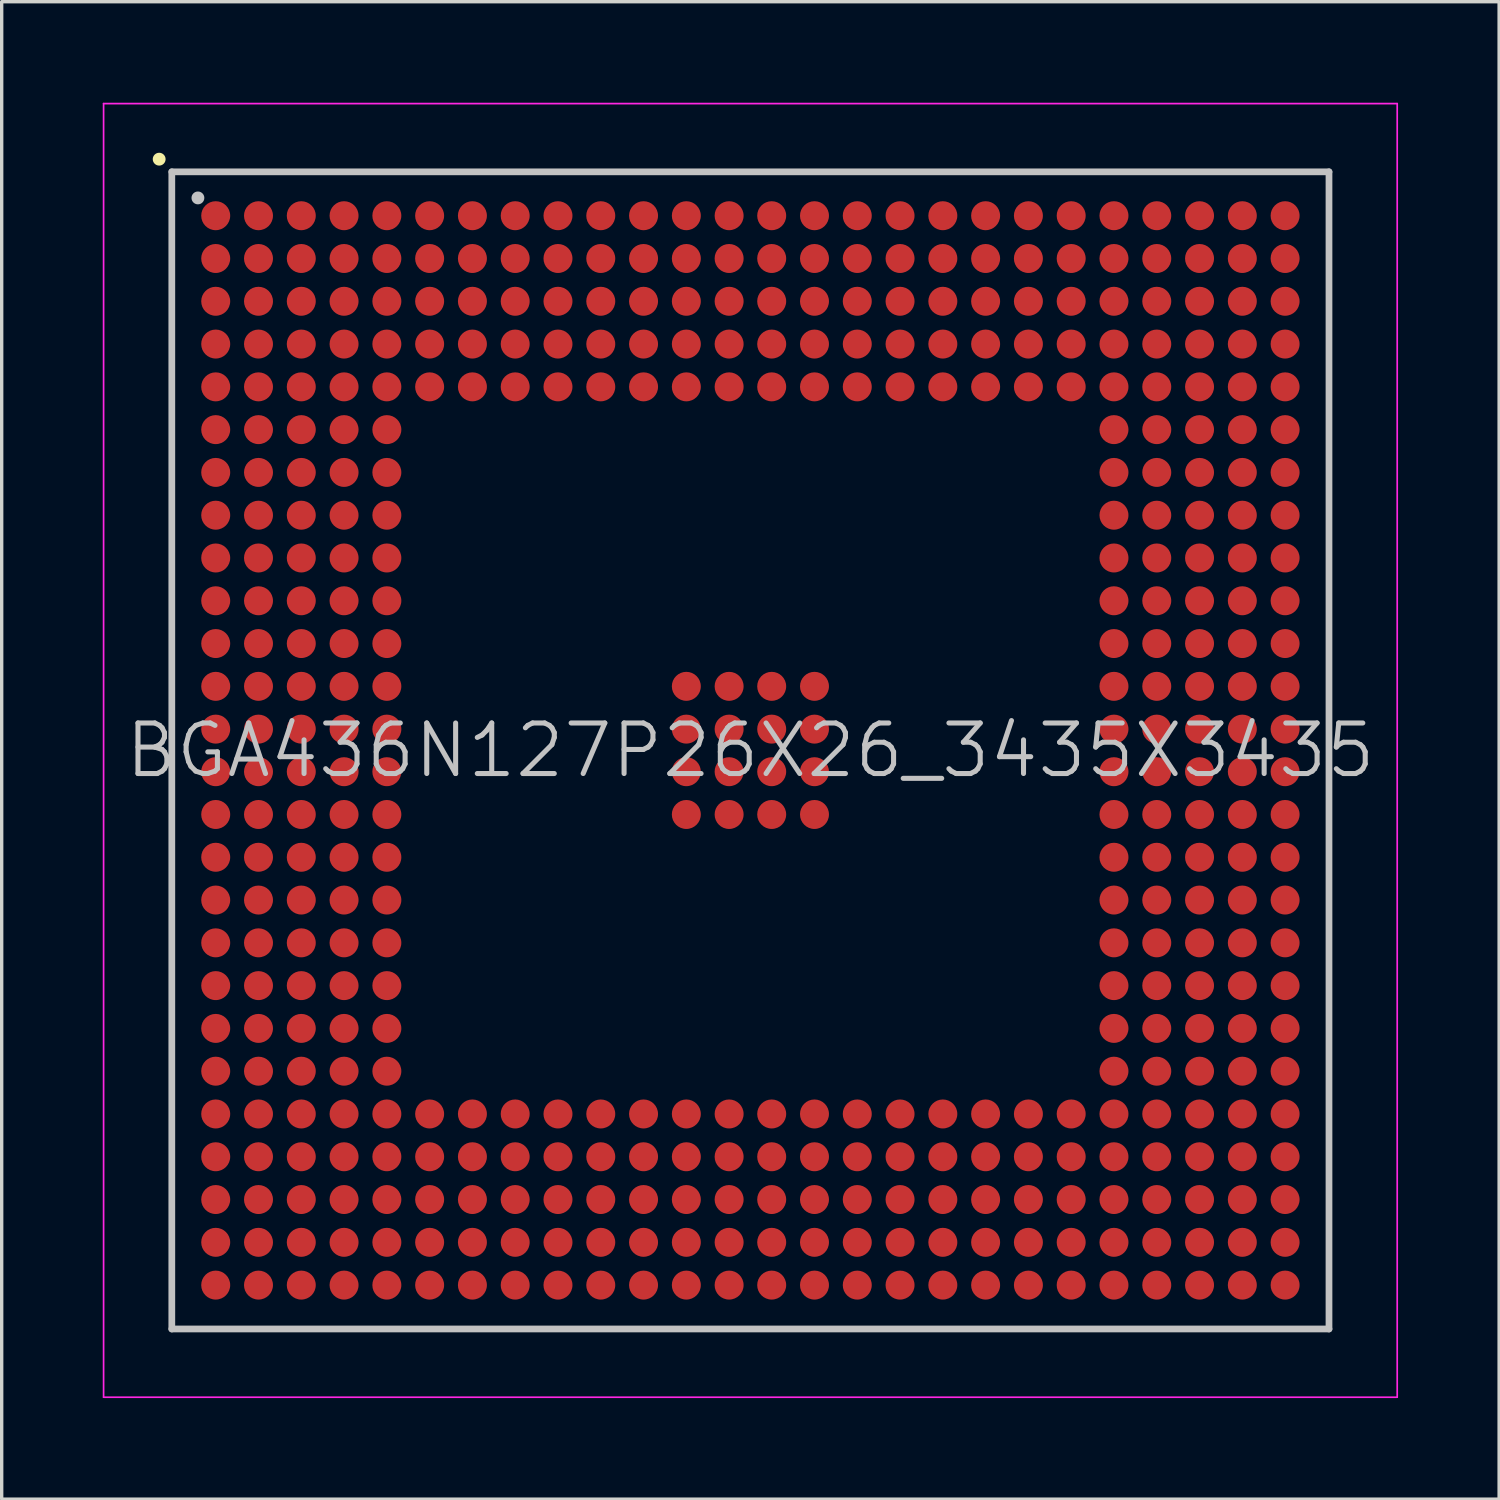
<source format=kicad_pcb>
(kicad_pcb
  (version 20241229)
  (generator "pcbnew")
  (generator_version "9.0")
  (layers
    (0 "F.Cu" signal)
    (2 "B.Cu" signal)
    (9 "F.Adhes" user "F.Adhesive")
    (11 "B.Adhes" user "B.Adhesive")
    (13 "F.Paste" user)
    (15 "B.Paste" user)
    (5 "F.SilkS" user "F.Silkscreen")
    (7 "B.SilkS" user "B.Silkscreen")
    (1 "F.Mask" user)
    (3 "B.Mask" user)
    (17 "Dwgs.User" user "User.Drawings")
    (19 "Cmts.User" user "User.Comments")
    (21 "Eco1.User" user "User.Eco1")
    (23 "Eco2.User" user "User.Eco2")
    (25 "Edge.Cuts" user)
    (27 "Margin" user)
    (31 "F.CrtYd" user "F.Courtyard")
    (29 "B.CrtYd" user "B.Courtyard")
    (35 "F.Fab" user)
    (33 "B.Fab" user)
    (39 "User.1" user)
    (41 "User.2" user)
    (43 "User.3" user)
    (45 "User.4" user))
  (footprint "BGA436N127P26X26_3435X3435"
    (layer "F.Cu")
    (at 19.225 19.225)
    (property "Reference" "BGA436N127P26X26_3435X3435" (at 0 0 0) (layer "Dwgs.User") (effects (font (size 1.5 1.5) (thickness 0.15))))
    (attr smd)
    (fp_line (start -17.55 -17.55) (end -17.55 -17.55) (stroke (width 0.381) (type solid)) (layer "F.SilkS"))
    (fp_line (start -17.175 -17.175) (end -17.175 17.175) (stroke (width 0.2) (type solid)) (layer "Dwgs.User"))
    (fp_line (start -17.175 -17.175) (end 17.175 -17.175) (stroke (width 0.2) (type solid)) (layer "Dwgs.User"))
    (fp_line (start -17.175 17.175) (end 17.175 17.175) (stroke (width 0.2) (type solid)) (layer "Dwgs.User"))
    (fp_line (start -16.4 -16.4) (end -16.4 -16.4) (stroke (width 0.381) (type solid)) (layer "Dwgs.User"))
    (fp_line (start 17.175 -17.175) (end 17.175 17.175) (stroke (width 0.2) (type solid)) (layer "Dwgs.User"))
    (fp_line (start -19.2 -19.2) (end -19.2 19.2) (stroke (width 0.05) (type solid)) (layer "F.CrtYd"))
    (fp_line (start -19.2 -19.2) (end 19.2 -19.2) (stroke (width 0.05) (type solid)) (layer "F.CrtYd"))
    (fp_line (start -19.2 19.2) (end 19.2 19.2) (stroke (width 0.05) (type solid)) (layer "F.CrtYd"))
    (fp_line (start 19.2 -19.2) (end 19.2 19.2) (stroke (width 0.05) (type solid)) (layer "F.CrtYd"))
    (pad "A1" smd circle (at -15.872 -15.872 270) (size 0.86 0.86) (layers "F.Cu" "F.Mask" "F.Paste"))
    (pad "A2" smd circle (at -14.602 -15.872 270) (size 0.86 0.86) (layers "F.Cu" "F.Mask" "F.Paste"))
    (pad "A3" smd circle (at -13.332 -15.872 270) (size 0.86 0.86) (layers "F.Cu" "F.Mask" "F.Paste"))
    (pad "A4" smd circle (at -12.062 -15.872 270) (size 0.86 0.86) (layers "F.Cu" "F.Mask" "F.Paste"))
    (pad "A5" smd circle (at -10.792 -15.872 270) (size 0.86 0.86) (layers "F.Cu" "F.Mask" "F.Paste"))
    (pad "A6" smd circle (at -9.522 -15.872 270) (size 0.86 0.86) (layers "F.Cu" "F.Mask" "F.Paste"))
    (pad "A7" smd circle (at -8.252 -15.872 270) (size 0.86 0.86) (layers "F.Cu" "F.Mask" "F.Paste"))
    (pad "A8" smd circle (at -6.982 -15.872 270) (size 0.86 0.86) (layers "F.Cu" "F.Mask" "F.Paste"))
    (pad "A9" smd circle (at -5.712 -15.872 270) (size 0.86 0.86) (layers "F.Cu" "F.Mask" "F.Paste"))
    (pad "A10" smd circle (at -4.442 -15.872 270) (size 0.86 0.86) (layers "F.Cu" "F.Mask" "F.Paste"))
    (pad "A11" smd circle (at -3.172 -15.872 270) (size 0.86 0.86) (layers "F.Cu" "F.Mask" "F.Paste"))
    (pad "A12" smd circle (at -1.902 -15.872 270) (size 0.86 0.86) (layers "F.Cu" "F.Mask" "F.Paste"))
    (pad "A13" smd circle (at -0.632 -15.872 270) (size 0.86 0.86) (layers "F.Cu" "F.Mask" "F.Paste"))
    (pad "A14" smd circle (at 0.632 -15.872 270) (size 0.86 0.86) (layers "F.Cu" "F.Mask" "F.Paste"))
    (pad "A15" smd circle (at 1.902 -15.872 270) (size 0.86 0.86) (layers "F.Cu" "F.Mask" "F.Paste"))
    (pad "A16" smd circle (at 3.172 -15.872 270) (size 0.86 0.86) (layers "F.Cu" "F.Mask" "F.Paste"))
    (pad "A17" smd circle (at 4.442 -15.872 270) (size 0.86 0.86) (layers "F.Cu" "F.Mask" "F.Paste"))
    (pad "A18" smd circle (at 5.712 -15.872 270) (size 0.86 0.86) (layers "F.Cu" "F.Mask" "F.Paste"))
    (pad "A19" smd circle (at 6.982 -15.872 270) (size 0.86 0.86) (layers "F.Cu" "F.Mask" "F.Paste"))
    (pad "A20" smd circle (at 8.252 -15.872 270) (size 0.86 0.86) (layers "F.Cu" "F.Mask" "F.Paste"))
    (pad "A21" smd circle (at 9.522 -15.872 270) (size 0.86 0.86) (layers "F.Cu" "F.Mask" "F.Paste"))
    (pad "A22" smd circle (at 10.792 -15.872 270) (size 0.86 0.86) (layers "F.Cu" "F.Mask" "F.Paste"))
    (pad "A23" smd circle (at 12.062 -15.872 270) (size 0.86 0.86) (layers "F.Cu" "F.Mask" "F.Paste"))
    (pad "A24" smd circle (at 13.332 -15.872 270) (size 0.86 0.86) (layers "F.Cu" "F.Mask" "F.Paste"))
    (pad "A25" smd circle (at 14.602 -15.872 270) (size 0.86 0.86) (layers "F.Cu" "F.Mask" "F.Paste"))
    (pad "A26" smd circle (at 15.872 -15.872 270) (size 0.86 0.86) (layers "F.Cu" "F.Mask" "F.Paste"))
    (pad "AA1" smd circle (at -15.872 9.522 270) (size 0.86 0.86) (layers "F.Cu" "F.Mask" "F.Paste"))
    (pad "AA2" smd circle (at -14.602 9.522 270) (size 0.86 0.86) (layers "F.Cu" "F.Mask" "F.Paste"))
    (pad "AA3" smd circle (at -13.332 9.522 270) (size 0.86 0.86) (layers "F.Cu" "F.Mask" "F.Paste"))
    (pad "AA4" smd circle (at -12.062 9.522 270) (size 0.86 0.86) (layers "F.Cu" "F.Mask" "F.Paste"))
    (pad "AA5" smd circle (at -10.792 9.522 270) (size 0.86 0.86) (layers "F.Cu" "F.Mask" "F.Paste"))
    (pad "AA22" smd circle (at 10.792 9.522 270) (size 0.86 0.86) (layers "F.Cu" "F.Mask" "F.Paste"))
    (pad "AA23" smd circle (at 12.062 9.522 270) (size 0.86 0.86) (layers "F.Cu" "F.Mask" "F.Paste"))
    (pad "AA24" smd circle (at 13.332 9.522 270) (size 0.86 0.86) (layers "F.Cu" "F.Mask" "F.Paste"))
    (pad "AA25" smd circle (at 14.602 9.522 270) (size 0.86 0.86) (layers "F.Cu" "F.Mask" "F.Paste"))
    (pad "AA26" smd circle (at 15.872 9.522 270) (size 0.86 0.86) (layers "F.Cu" "F.Mask" "F.Paste"))
    (pad "AB1" smd circle (at -15.872 10.792 270) (size 0.86 0.86) (layers "F.Cu" "F.Mask" "F.Paste"))
    (pad "AB2" smd circle (at -14.602 10.792 270) (size 0.86 0.86) (layers "F.Cu" "F.Mask" "F.Paste"))
    (pad "AB3" smd circle (at -13.332 10.792 270) (size 0.86 0.86) (layers "F.Cu" "F.Mask" "F.Paste"))
    (pad "AB4" smd circle (at -12.062 10.792 270) (size 0.86 0.86) (layers "F.Cu" "F.Mask" "F.Paste"))
    (pad "AB5" smd circle (at -10.792 10.792 270) (size 0.86 0.86) (layers "F.Cu" "F.Mask" "F.Paste"))
    (pad "AB6" smd circle (at -9.522 10.792 270) (size 0.86 0.86) (layers "F.Cu" "F.Mask" "F.Paste"))
    (pad "AB7" smd circle (at -8.252 10.792 270) (size 0.86 0.86) (layers "F.Cu" "F.Mask" "F.Paste"))
    (pad "AB8" smd circle (at -6.982 10.792 270) (size 0.86 0.86) (layers "F.Cu" "F.Mask" "F.Paste"))
    (pad "AB9" smd circle (at -5.712 10.792 270) (size 0.86 0.86) (layers "F.Cu" "F.Mask" "F.Paste"))
    (pad "AB10" smd circle (at -4.442 10.792 270) (size 0.86 0.86) (layers "F.Cu" "F.Mask" "F.Paste"))
    (pad "AB11" smd circle (at -3.172 10.792 270) (size 0.86 0.86) (layers "F.Cu" "F.Mask" "F.Paste"))
    (pad "AB12" smd circle (at -1.902 10.792 270) (size 0.86 0.86) (layers "F.Cu" "F.Mask" "F.Paste"))
    (pad "AB13" smd circle (at -0.632 10.792 270) (size 0.86 0.86) (layers "F.Cu" "F.Mask" "F.Paste"))
    (pad "AB14" smd circle (at 0.632 10.792 270) (size 0.86 0.86) (layers "F.Cu" "F.Mask" "F.Paste"))
    (pad "AB15" smd circle (at 1.902 10.792 270) (size 0.86 0.86) (layers "F.Cu" "F.Mask" "F.Paste"))
    (pad "AB16" smd circle (at 3.172 10.792 270) (size 0.86 0.86) (layers "F.Cu" "F.Mask" "F.Paste"))
    (pad "AB17" smd circle (at 4.442 10.792 270) (size 0.86 0.86) (layers "F.Cu" "F.Mask" "F.Paste"))
    (pad "AB18" smd circle (at 5.712 10.792 270) (size 0.86 0.86) (layers "F.Cu" "F.Mask" "F.Paste"))
    (pad "AB19" smd circle (at 6.982 10.792 270) (size 0.86 0.86) (layers "F.Cu" "F.Mask" "F.Paste"))
    (pad "AB20" smd circle (at 8.252 10.792 270) (size 0.86 0.86) (layers "F.Cu" "F.Mask" "F.Paste"))
    (pad "AB21" smd circle (at 9.522 10.792 270) (size 0.86 0.86) (layers "F.Cu" "F.Mask" "F.Paste"))
    (pad "AB22" smd circle (at 10.792 10.792 270) (size 0.86 0.86) (layers "F.Cu" "F.Mask" "F.Paste"))
    (pad "AB23" smd circle (at 12.062 10.792 270) (size 0.86 0.86) (layers "F.Cu" "F.Mask" "F.Paste"))
    (pad "AB24" smd circle (at 13.332 10.792 270) (size 0.86 0.86) (layers "F.Cu" "F.Mask" "F.Paste"))
    (pad "AB25" smd circle (at 14.602 10.792 270) (size 0.86 0.86) (layers "F.Cu" "F.Mask" "F.Paste"))
    (pad "AB26" smd circle (at 15.872 10.792 270) (size 0.86 0.86) (layers "F.Cu" "F.Mask" "F.Paste"))
    (pad "AC1" smd circle (at -15.872 12.062 270) (size 0.86 0.86) (layers "F.Cu" "F.Mask" "F.Paste"))
    (pad "AC2" smd circle (at -14.602 12.062 270) (size 0.86 0.86) (layers "F.Cu" "F.Mask" "F.Paste"))
    (pad "AC3" smd circle (at -13.332 12.062 270) (size 0.86 0.86) (layers "F.Cu" "F.Mask" "F.Paste"))
    (pad "AC4" smd circle (at -12.062 12.062 270) (size 0.86 0.86) (layers "F.Cu" "F.Mask" "F.Paste"))
    (pad "AC5" smd circle (at -10.792 12.062 270) (size 0.86 0.86) (layers "F.Cu" "F.Mask" "F.Paste"))
    (pad "AC6" smd circle (at -9.522 12.062 270) (size 0.86 0.86) (layers "F.Cu" "F.Mask" "F.Paste"))
    (pad "AC7" smd circle (at -8.252 12.062 270) (size 0.86 0.86) (layers "F.Cu" "F.Mask" "F.Paste"))
    (pad "AC8" smd circle (at -6.982 12.062 270) (size 0.86 0.86) (layers "F.Cu" "F.Mask" "F.Paste"))
    (pad "AC9" smd circle (at -5.712 12.062 270) (size 0.86 0.86) (layers "F.Cu" "F.Mask" "F.Paste"))
    (pad "AC10" smd circle (at -4.442 12.062 270) (size 0.86 0.86) (layers "F.Cu" "F.Mask" "F.Paste"))
    (pad "AC11" smd circle (at -3.172 12.062 270) (size 0.86 0.86) (layers "F.Cu" "F.Mask" "F.Paste"))
    (pad "AC12" smd circle (at -1.902 12.062 270) (size 0.86 0.86) (layers "F.Cu" "F.Mask" "F.Paste"))
    (pad "AC13" smd circle (at -0.632 12.062 270) (size 0.86 0.86) (layers "F.Cu" "F.Mask" "F.Paste"))
    (pad "AC14" smd circle (at 0.632 12.062 270) (size 0.86 0.86) (layers "F.Cu" "F.Mask" "F.Paste"))
    (pad "AC15" smd circle (at 1.902 12.062 270) (size 0.86 0.86) (layers "F.Cu" "F.Mask" "F.Paste"))
    (pad "AC16" smd circle (at 3.172 12.062 270) (size 0.86 0.86) (layers "F.Cu" "F.Mask" "F.Paste"))
    (pad "AC17" smd circle (at 4.442 12.062 270) (size 0.86 0.86) (layers "F.Cu" "F.Mask" "F.Paste"))
    (pad "AC18" smd circle (at 5.712 12.062 270) (size 0.86 0.86) (layers "F.Cu" "F.Mask" "F.Paste"))
    (pad "AC19" smd circle (at 6.982 12.062 270) (size 0.86 0.86) (layers "F.Cu" "F.Mask" "F.Paste"))
    (pad "AC20" smd circle (at 8.252 12.062 270) (size 0.86 0.86) (layers "F.Cu" "F.Mask" "F.Paste"))
    (pad "AC21" smd circle (at 9.522 12.062 270) (size 0.86 0.86) (layers "F.Cu" "F.Mask" "F.Paste"))
    (pad "AC22" smd circle (at 10.792 12.062 270) (size 0.86 0.86) (layers "F.Cu" "F.Mask" "F.Paste"))
    (pad "AC23" smd circle (at 12.062 12.062 270) (size 0.86 0.86) (layers "F.Cu" "F.Mask" "F.Paste"))
    (pad "AC24" smd circle (at 13.332 12.062 270) (size 0.86 0.86) (layers "F.Cu" "F.Mask" "F.Paste"))
    (pad "AC25" smd circle (at 14.602 12.062 270) (size 0.86 0.86) (layers "F.Cu" "F.Mask" "F.Paste"))
    (pad "AC26" smd circle (at 15.872 12.062 270) (size 0.86 0.86) (layers "F.Cu" "F.Mask" "F.Paste"))
    (pad "AD1" smd circle (at -15.872 13.332 270) (size 0.86 0.86) (layers "F.Cu" "F.Mask" "F.Paste"))
    (pad "AD2" smd circle (at -14.602 13.332 270) (size 0.86 0.86) (layers "F.Cu" "F.Mask" "F.Paste"))
    (pad "AD3" smd circle (at -13.332 13.332 270) (size 0.86 0.86) (layers "F.Cu" "F.Mask" "F.Paste"))
    (pad "AD4" smd circle (at -12.062 13.332 270) (size 0.86 0.86) (layers "F.Cu" "F.Mask" "F.Paste"))
    (pad "AD5" smd circle (at -10.792 13.332 270) (size 0.86 0.86) (layers "F.Cu" "F.Mask" "F.Paste"))
    (pad "AD6" smd circle (at -9.522 13.332 270) (size 0.86 0.86) (layers "F.Cu" "F.Mask" "F.Paste"))
    (pad "AD7" smd circle (at -8.252 13.332 270) (size 0.86 0.86) (layers "F.Cu" "F.Mask" "F.Paste"))
    (pad "AD8" smd circle (at -6.982 13.332 270) (size 0.86 0.86) (layers "F.Cu" "F.Mask" "F.Paste"))
    (pad "AD9" smd circle (at -5.712 13.332 270) (size 0.86 0.86) (layers "F.Cu" "F.Mask" "F.Paste"))
    (pad "AD10" smd circle (at -4.442 13.332 270) (size 0.86 0.86) (layers "F.Cu" "F.Mask" "F.Paste"))
    (pad "AD11" smd circle (at -3.172 13.332 270) (size 0.86 0.86) (layers "F.Cu" "F.Mask" "F.Paste"))
    (pad "AD12" smd circle (at -1.902 13.332 270) (size 0.86 0.86) (layers "F.Cu" "F.Mask" "F.Paste"))
    (pad "AD13" smd circle (at -0.632 13.332 270) (size 0.86 0.86) (layers "F.Cu" "F.Mask" "F.Paste"))
    (pad "AD14" smd circle (at 0.632 13.332 270) (size 0.86 0.86) (layers "F.Cu" "F.Mask" "F.Paste"))
    (pad "AD15" smd circle (at 1.902 13.332 270) (size 0.86 0.86) (layers "F.Cu" "F.Mask" "F.Paste"))
    (pad "AD16" smd circle (at 3.172 13.332 270) (size 0.86 0.86) (layers "F.Cu" "F.Mask" "F.Paste"))
    (pad "AD17" smd circle (at 4.442 13.332 270) (size 0.86 0.86) (layers "F.Cu" "F.Mask" "F.Paste"))
    (pad "AD18" smd circle (at 5.712 13.332 270) (size 0.86 0.86) (layers "F.Cu" "F.Mask" "F.Paste"))
    (pad "AD19" smd circle (at 6.982 13.332 270) (size 0.86 0.86) (layers "F.Cu" "F.Mask" "F.Paste"))
    (pad "AD20" smd circle (at 8.252 13.332 270) (size 0.86 0.86) (layers "F.Cu" "F.Mask" "F.Paste"))
    (pad "AD21" smd circle (at 9.522 13.332 270) (size 0.86 0.86) (layers "F.Cu" "F.Mask" "F.Paste"))
    (pad "AD22" smd circle (at 10.792 13.332 270) (size 0.86 0.86) (layers "F.Cu" "F.Mask" "F.Paste"))
    (pad "AD23" smd circle (at 12.062 13.332 270) (size 0.86 0.86) (layers "F.Cu" "F.Mask" "F.Paste"))
    (pad "AD24" smd circle (at 13.332 13.332 270) (size 0.86 0.86) (layers "F.Cu" "F.Mask" "F.Paste"))
    (pad "AD25" smd circle (at 14.602 13.332 270) (size 0.86 0.86) (layers "F.Cu" "F.Mask" "F.Paste"))
    (pad "AD26" smd circle (at 15.872 13.332 270) (size 0.86 0.86) (layers "F.Cu" "F.Mask" "F.Paste"))
    (pad "AE1" smd circle (at -15.872 14.602 270) (size 0.86 0.86) (layers "F.Cu" "F.Mask" "F.Paste"))
    (pad "AE2" smd circle (at -14.602 14.602 270) (size 0.86 0.86) (layers "F.Cu" "F.Mask" "F.Paste"))
    (pad "AE3" smd circle (at -13.332 14.602 270) (size 0.86 0.86) (layers "F.Cu" "F.Mask" "F.Paste"))
    (pad "AE4" smd circle (at -12.062 14.602 270) (size 0.86 0.86) (layers "F.Cu" "F.Mask" "F.Paste"))
    (pad "AE5" smd circle (at -10.792 14.602 270) (size 0.86 0.86) (layers "F.Cu" "F.Mask" "F.Paste"))
    (pad "AE6" smd circle (at -9.522 14.602 270) (size 0.86 0.86) (layers "F.Cu" "F.Mask" "F.Paste"))
    (pad "AE7" smd circle (at -8.252 14.602 270) (size 0.86 0.86) (layers "F.Cu" "F.Mask" "F.Paste"))
    (pad "AE8" smd circle (at -6.982 14.602 270) (size 0.86 0.86) (layers "F.Cu" "F.Mask" "F.Paste"))
    (pad "AE9" smd circle (at -5.712 14.602 270) (size 0.86 0.86) (layers "F.Cu" "F.Mask" "F.Paste"))
    (pad "AE10" smd circle (at -4.442 14.602 270) (size 0.86 0.86) (layers "F.Cu" "F.Mask" "F.Paste"))
    (pad "AE11" smd circle (at -3.172 14.602 270) (size 0.86 0.86) (layers "F.Cu" "F.Mask" "F.Paste"))
    (pad "AE12" smd circle (at -1.902 14.602 270) (size 0.86 0.86) (layers "F.Cu" "F.Mask" "F.Paste"))
    (pad "AE13" smd circle (at -0.632 14.602 270) (size 0.86 0.86) (layers "F.Cu" "F.Mask" "F.Paste"))
    (pad "AE14" smd circle (at 0.632 14.602 270) (size 0.86 0.86) (layers "F.Cu" "F.Mask" "F.Paste"))
    (pad "AE15" smd circle (at 1.902 14.602 270) (size 0.86 0.86) (layers "F.Cu" "F.Mask" "F.Paste"))
    (pad "AE16" smd circle (at 3.172 14.602 270) (size 0.86 0.86) (layers "F.Cu" "F.Mask" "F.Paste"))
    (pad "AE17" smd circle (at 4.442 14.602 270) (size 0.86 0.86) (layers "F.Cu" "F.Mask" "F.Paste"))
    (pad "AE18" smd circle (at 5.712 14.602 270) (size 0.86 0.86) (layers "F.Cu" "F.Mask" "F.Paste"))
    (pad "AE19" smd circle (at 6.982 14.602 270) (size 0.86 0.86) (layers "F.Cu" "F.Mask" "F.Paste"))
    (pad "AE20" smd circle (at 8.252 14.602 270) (size 0.86 0.86) (layers "F.Cu" "F.Mask" "F.Paste"))
    (pad "AE21" smd circle (at 9.522 14.602 270) (size 0.86 0.86) (layers "F.Cu" "F.Mask" "F.Paste"))
    (pad "AE22" smd circle (at 10.792 14.602 270) (size 0.86 0.86) (layers "F.Cu" "F.Mask" "F.Paste"))
    (pad "AE23" smd circle (at 12.062 14.602 270) (size 0.86 0.86) (layers "F.Cu" "F.Mask" "F.Paste"))
    (pad "AE24" smd circle (at 13.332 14.602 270) (size 0.86 0.86) (layers "F.Cu" "F.Mask" "F.Paste"))
    (pad "AE25" smd circle (at 14.602 14.602 270) (size 0.86 0.86) (layers "F.Cu" "F.Mask" "F.Paste"))
    (pad "AE26" smd circle (at 15.872 14.602 270) (size 0.86 0.86) (layers "F.Cu" "F.Mask" "F.Paste"))
    (pad "AF1" smd circle (at -15.872 15.872 270) (size 0.86 0.86) (layers "F.Cu" "F.Mask" "F.Paste"))
    (pad "AF2" smd circle (at -14.602 15.872 270) (size 0.86 0.86) (layers "F.Cu" "F.Mask" "F.Paste"))
    (pad "AF3" smd circle (at -13.332 15.872 270) (size 0.86 0.86) (layers "F.Cu" "F.Mask" "F.Paste"))
    (pad "AF4" smd circle (at -12.062 15.872 270) (size 0.86 0.86) (layers "F.Cu" "F.Mask" "F.Paste"))
    (pad "AF5" smd circle (at -10.792 15.872 270) (size 0.86 0.86) (layers "F.Cu" "F.Mask" "F.Paste"))
    (pad "AF6" smd circle (at -9.522 15.872 270) (size 0.86 0.86) (layers "F.Cu" "F.Mask" "F.Paste"))
    (pad "AF7" smd circle (at -8.252 15.872 270) (size 0.86 0.86) (layers "F.Cu" "F.Mask" "F.Paste"))
    (pad "AF8" smd circle (at -6.982 15.872 270) (size 0.86 0.86) (layers "F.Cu" "F.Mask" "F.Paste"))
    (pad "AF9" smd circle (at -5.712 15.872 270) (size 0.86 0.86) (layers "F.Cu" "F.Mask" "F.Paste"))
    (pad "AF10" smd circle (at -4.442 15.872 270) (size 0.86 0.86) (layers "F.Cu" "F.Mask" "F.Paste"))
    (pad "AF11" smd circle (at -3.172 15.872 270) (size 0.86 0.86) (layers "F.Cu" "F.Mask" "F.Paste"))
    (pad "AF12" smd circle (at -1.902 15.872 270) (size 0.86 0.86) (layers "F.Cu" "F.Mask" "F.Paste"))
    (pad "AF13" smd circle (at -0.632 15.872 270) (size 0.86 0.86) (layers "F.Cu" "F.Mask" "F.Paste"))
    (pad "AF14" smd circle (at 0.632 15.872 270) (size 0.86 0.86) (layers "F.Cu" "F.Mask" "F.Paste"))
    (pad "AF15" smd circle (at 1.902 15.872 270) (size 0.86 0.86) (layers "F.Cu" "F.Mask" "F.Paste"))
    (pad "AF16" smd circle (at 3.172 15.872 270) (size 0.86 0.86) (layers "F.Cu" "F.Mask" "F.Paste"))
    (pad "AF17" smd circle (at 4.442 15.872 270) (size 0.86 0.86) (layers "F.Cu" "F.Mask" "F.Paste"))
    (pad "AF18" smd circle (at 5.712 15.872 270) (size 0.86 0.86) (layers "F.Cu" "F.Mask" "F.Paste"))
    (pad "AF19" smd circle (at 6.982 15.872 270) (size 0.86 0.86) (layers "F.Cu" "F.Mask" "F.Paste"))
    (pad "AF20" smd circle (at 8.252 15.872 270) (size 0.86 0.86) (layers "F.Cu" "F.Mask" "F.Paste"))
    (pad "AF21" smd circle (at 9.522 15.872 270) (size 0.86 0.86) (layers "F.Cu" "F.Mask" "F.Paste"))
    (pad "AF22" smd circle (at 10.792 15.872 270) (size 0.86 0.86) (layers "F.Cu" "F.Mask" "F.Paste"))
    (pad "AF23" smd circle (at 12.062 15.872 270) (size 0.86 0.86) (layers "F.Cu" "F.Mask" "F.Paste"))
    (pad "AF24" smd circle (at 13.332 15.872 270) (size 0.86 0.86) (layers "F.Cu" "F.Mask" "F.Paste"))
    (pad "AF25" smd circle (at 14.602 15.872 270) (size 0.86 0.86) (layers "F.Cu" "F.Mask" "F.Paste"))
    (pad "AF26" smd circle (at 15.872 15.872 270) (size 0.86 0.86) (layers "F.Cu" "F.Mask" "F.Paste"))
    (pad "B1" smd circle (at -15.872 -14.602 270) (size 0.86 0.86) (layers "F.Cu" "F.Mask" "F.Paste"))
    (pad "B2" smd circle (at -14.602 -14.602 270) (size 0.86 0.86) (layers "F.Cu" "F.Mask" "F.Paste"))
    (pad "B3" smd circle (at -13.332 -14.602 270) (size 0.86 0.86) (layers "F.Cu" "F.Mask" "F.Paste"))
    (pad "B4" smd circle (at -12.062 -14.602 270) (size 0.86 0.86) (layers "F.Cu" "F.Mask" "F.Paste"))
    (pad "B5" smd circle (at -10.792 -14.602 270) (size 0.86 0.86) (layers "F.Cu" "F.Mask" "F.Paste"))
    (pad "B6" smd circle (at -9.522 -14.602 270) (size 0.86 0.86) (layers "F.Cu" "F.Mask" "F.Paste"))
    (pad "B7" smd circle (at -8.252 -14.602 270) (size 0.86 0.86) (layers "F.Cu" "F.Mask" "F.Paste"))
    (pad "B8" smd circle (at -6.982 -14.602 270) (size 0.86 0.86) (layers "F.Cu" "F.Mask" "F.Paste"))
    (pad "B9" smd circle (at -5.712 -14.602 270) (size 0.86 0.86) (layers "F.Cu" "F.Mask" "F.Paste"))
    (pad "B10" smd circle (at -4.442 -14.602 270) (size 0.86 0.86) (layers "F.Cu" "F.Mask" "F.Paste"))
    (pad "B11" smd circle (at -3.172 -14.602 270) (size 0.86 0.86) (layers "F.Cu" "F.Mask" "F.Paste"))
    (pad "B12" smd circle (at -1.902 -14.602 270) (size 0.86 0.86) (layers "F.Cu" "F.Mask" "F.Paste"))
    (pad "B13" smd circle (at -0.632 -14.602 270) (size 0.86 0.86) (layers "F.Cu" "F.Mask" "F.Paste"))
    (pad "B14" smd circle (at 0.632 -14.602 270) (size 0.86 0.86) (layers "F.Cu" "F.Mask" "F.Paste"))
    (pad "B15" smd circle (at 1.902 -14.602 270) (size 0.86 0.86) (layers "F.Cu" "F.Mask" "F.Paste"))
    (pad "B16" smd circle (at 3.172 -14.602 270) (size 0.86 0.86) (layers "F.Cu" "F.Mask" "F.Paste"))
    (pad "B17" smd circle (at 4.442 -14.602 270) (size 0.86 0.86) (layers "F.Cu" "F.Mask" "F.Paste"))
    (pad "B18" smd circle (at 5.712 -14.602 270) (size 0.86 0.86) (layers "F.Cu" "F.Mask" "F.Paste"))
    (pad "B19" smd circle (at 6.982 -14.602 270) (size 0.86 0.86) (layers "F.Cu" "F.Mask" "F.Paste"))
    (pad "B20" smd circle (at 8.252 -14.602 270) (size 0.86 0.86) (layers "F.Cu" "F.Mask" "F.Paste"))
    (pad "B21" smd circle (at 9.522 -14.602 270) (size 0.86 0.86) (layers "F.Cu" "F.Mask" "F.Paste"))
    (pad "B22" smd circle (at 10.792 -14.602 270) (size 0.86 0.86) (layers "F.Cu" "F.Mask" "F.Paste"))
    (pad "B23" smd circle (at 12.062 -14.602 270) (size 0.86 0.86) (layers "F.Cu" "F.Mask" "F.Paste"))
    (pad "B24" smd circle (at 13.332 -14.602 270) (size 0.86 0.86) (layers "F.Cu" "F.Mask" "F.Paste"))
    (pad "B25" smd circle (at 14.602 -14.602 270) (size 0.86 0.86) (layers "F.Cu" "F.Mask" "F.Paste"))
    (pad "B26" smd circle (at 15.872 -14.602 270) (size 0.86 0.86) (layers "F.Cu" "F.Mask" "F.Paste"))
    (pad "C1" smd circle (at -15.872 -13.332 270) (size 0.86 0.86) (layers "F.Cu" "F.Mask" "F.Paste"))
    (pad "C2" smd circle (at -14.602 -13.332 270) (size 0.86 0.86) (layers "F.Cu" "F.Mask" "F.Paste"))
    (pad "C3" smd circle (at -13.332 -13.332 270) (size 0.86 0.86) (layers "F.Cu" "F.Mask" "F.Paste"))
    (pad "C4" smd circle (at -12.062 -13.332 270) (size 0.86 0.86) (layers "F.Cu" "F.Mask" "F.Paste"))
    (pad "C5" smd circle (at -10.792 -13.332 270) (size 0.86 0.86) (layers "F.Cu" "F.Mask" "F.Paste"))
    (pad "C6" smd circle (at -9.522 -13.332 270) (size 0.86 0.86) (layers "F.Cu" "F.Mask" "F.Paste"))
    (pad "C7" smd circle (at -8.252 -13.332 270) (size 0.86 0.86) (layers "F.Cu" "F.Mask" "F.Paste"))
    (pad "C8" smd circle (at -6.982 -13.332 270) (size 0.86 0.86) (layers "F.Cu" "F.Mask" "F.Paste"))
    (pad "C9" smd circle (at -5.712 -13.332 270) (size 0.86 0.86) (layers "F.Cu" "F.Mask" "F.Paste"))
    (pad "C10" smd circle (at -4.442 -13.332 270) (size 0.86 0.86) (layers "F.Cu" "F.Mask" "F.Paste"))
    (pad "C11" smd circle (at -3.172 -13.332 270) (size 0.86 0.86) (layers "F.Cu" "F.Mask" "F.Paste"))
    (pad "C12" smd circle (at -1.902 -13.332 270) (size 0.86 0.86) (layers "F.Cu" "F.Mask" "F.Paste"))
    (pad "C13" smd circle (at -0.632 -13.332 270) (size 0.86 0.86) (layers "F.Cu" "F.Mask" "F.Paste"))
    (pad "C14" smd circle (at 0.632 -13.332 270) (size 0.86 0.86) (layers "F.Cu" "F.Mask" "F.Paste"))
    (pad "C15" smd circle (at 1.902 -13.332 270) (size 0.86 0.86) (layers "F.Cu" "F.Mask" "F.Paste"))
    (pad "C16" smd circle (at 3.172 -13.332 270) (size 0.86 0.86) (layers "F.Cu" "F.Mask" "F.Paste"))
    (pad "C17" smd circle (at 4.442 -13.332 270) (size 0.86 0.86) (layers "F.Cu" "F.Mask" "F.Paste"))
    (pad "C18" smd circle (at 5.712 -13.332 270) (size 0.86 0.86) (layers "F.Cu" "F.Mask" "F.Paste"))
    (pad "C19" smd circle (at 6.982 -13.332 270) (size 0.86 0.86) (layers "F.Cu" "F.Mask" "F.Paste"))
    (pad "C20" smd circle (at 8.252 -13.332 270) (size 0.86 0.86) (layers "F.Cu" "F.Mask" "F.Paste"))
    (pad "C21" smd circle (at 9.522 -13.332 270) (size 0.86 0.86) (layers "F.Cu" "F.Mask" "F.Paste"))
    (pad "C22" smd circle (at 10.792 -13.332 270) (size 0.86 0.86) (layers "F.Cu" "F.Mask" "F.Paste"))
    (pad "C23" smd circle (at 12.062 -13.332 270) (size 0.86 0.86) (layers "F.Cu" "F.Mask" "F.Paste"))
    (pad "C24" smd circle (at 13.332 -13.332 270) (size 0.86 0.86) (layers "F.Cu" "F.Mask" "F.Paste"))
    (pad "C25" smd circle (at 14.602 -13.332 270) (size 0.86 0.86) (layers "F.Cu" "F.Mask" "F.Paste"))
    (pad "C26" smd circle (at 15.872 -13.332 270) (size 0.86 0.86) (layers "F.Cu" "F.Mask" "F.Paste"))
    (pad "D1" smd circle (at -15.872 -12.062 270) (size 0.86 0.86) (layers "F.Cu" "F.Mask" "F.Paste"))
    (pad "D2" smd circle (at -14.602 -12.062 270) (size 0.86 0.86) (layers "F.Cu" "F.Mask" "F.Paste"))
    (pad "D3" smd circle (at -13.332 -12.062 270) (size 0.86 0.86) (layers "F.Cu" "F.Mask" "F.Paste"))
    (pad "D4" smd circle (at -12.062 -12.062 270) (size 0.86 0.86) (layers "F.Cu" "F.Mask" "F.Paste"))
    (pad "D5" smd circle (at -10.792 -12.062 270) (size 0.86 0.86) (layers "F.Cu" "F.Mask" "F.Paste"))
    (pad "D6" smd circle (at -9.522 -12.062 270) (size 0.86 0.86) (layers "F.Cu" "F.Mask" "F.Paste"))
    (pad "D7" smd circle (at -8.252 -12.062 270) (size 0.86 0.86) (layers "F.Cu" "F.Mask" "F.Paste"))
    (pad "D8" smd circle (at -6.982 -12.062 270) (size 0.86 0.86) (layers "F.Cu" "F.Mask" "F.Paste"))
    (pad "D9" smd circle (at -5.712 -12.062 270) (size 0.86 0.86) (layers "F.Cu" "F.Mask" "F.Paste"))
    (pad "D10" smd circle (at -4.442 -12.062 270) (size 0.86 0.86) (layers "F.Cu" "F.Mask" "F.Paste"))
    (pad "D11" smd circle (at -3.172 -12.062 270) (size 0.86 0.86) (layers "F.Cu" "F.Mask" "F.Paste"))
    (pad "D12" smd circle (at -1.902 -12.062 270) (size 0.86 0.86) (layers "F.Cu" "F.Mask" "F.Paste"))
    (pad "D13" smd circle (at -0.632 -12.062 270) (size 0.86 0.86) (layers "F.Cu" "F.Mask" "F.Paste"))
    (pad "D14" smd circle (at 0.632 -12.062 270) (size 0.86 0.86) (layers "F.Cu" "F.Mask" "F.Paste"))
    (pad "D15" smd circle (at 1.902 -12.062 270) (size 0.86 0.86) (layers "F.Cu" "F.Mask" "F.Paste"))
    (pad "D16" smd circle (at 3.172 -12.062 270) (size 0.86 0.86) (layers "F.Cu" "F.Mask" "F.Paste"))
    (pad "D17" smd circle (at 4.442 -12.062 270) (size 0.86 0.86) (layers "F.Cu" "F.Mask" "F.Paste"))
    (pad "D18" smd circle (at 5.712 -12.062 270) (size 0.86 0.86) (layers "F.Cu" "F.Mask" "F.Paste"))
    (pad "D19" smd circle (at 6.982 -12.062 270) (size 0.86 0.86) (layers "F.Cu" "F.Mask" "F.Paste"))
    (pad "D20" smd circle (at 8.252 -12.062 270) (size 0.86 0.86) (layers "F.Cu" "F.Mask" "F.Paste"))
    (pad "D21" smd circle (at 9.522 -12.062 270) (size 0.86 0.86) (layers "F.Cu" "F.Mask" "F.Paste"))
    (pad "D22" smd circle (at 10.792 -12.062 270) (size 0.86 0.86) (layers "F.Cu" "F.Mask" "F.Paste"))
    (pad "D23" smd circle (at 12.062 -12.062 270) (size 0.86 0.86) (layers "F.Cu" "F.Mask" "F.Paste"))
    (pad "D24" smd circle (at 13.332 -12.062 270) (size 0.86 0.86) (layers "F.Cu" "F.Mask" "F.Paste"))
    (pad "D25" smd circle (at 14.602 -12.062 270) (size 0.86 0.86) (layers "F.Cu" "F.Mask" "F.Paste"))
    (pad "D26" smd circle (at 15.872 -12.062 270) (size 0.86 0.86) (layers "F.Cu" "F.Mask" "F.Paste"))
    (pad "E1" smd circle (at -15.872 -10.792 270) (size 0.86 0.86) (layers "F.Cu" "F.Mask" "F.Paste"))
    (pad "E2" smd circle (at -14.602 -10.792 270) (size 0.86 0.86) (layers "F.Cu" "F.Mask" "F.Paste"))
    (pad "E3" smd circle (at -13.332 -10.792 270) (size 0.86 0.86) (layers "F.Cu" "F.Mask" "F.Paste"))
    (pad "E4" smd circle (at -12.062 -10.792 270) (size 0.86 0.86) (layers "F.Cu" "F.Mask" "F.Paste"))
    (pad "E5" smd circle (at -10.792 -10.792 270) (size 0.86 0.86) (layers "F.Cu" "F.Mask" "F.Paste"))
    (pad "E6" smd circle (at -9.522 -10.792 270) (size 0.86 0.86) (layers "F.Cu" "F.Mask" "F.Paste"))
    (pad "E7" smd circle (at -8.252 -10.792 270) (size 0.86 0.86) (layers "F.Cu" "F.Mask" "F.Paste"))
    (pad "E8" smd circle (at -6.982 -10.792 270) (size 0.86 0.86) (layers "F.Cu" "F.Mask" "F.Paste"))
    (pad "E9" smd circle (at -5.712 -10.792 270) (size 0.86 0.86) (layers "F.Cu" "F.Mask" "F.Paste"))
    (pad "E10" smd circle (at -4.442 -10.792 270) (size 0.86 0.86) (layers "F.Cu" "F.Mask" "F.Paste"))
    (pad "E11" smd circle (at -3.172 -10.792 270) (size 0.86 0.86) (layers "F.Cu" "F.Mask" "F.Paste"))
    (pad "E12" smd circle (at -1.902 -10.792 270) (size 0.86 0.86) (layers "F.Cu" "F.Mask" "F.Paste"))
    (pad "E13" smd circle (at -0.632 -10.792 270) (size 0.86 0.86) (layers "F.Cu" "F.Mask" "F.Paste"))
    (pad "E14" smd circle (at 0.632 -10.792 270) (size 0.86 0.86) (layers "F.Cu" "F.Mask" "F.Paste"))
    (pad "E15" smd circle (at 1.902 -10.792 270) (size 0.86 0.86) (layers "F.Cu" "F.Mask" "F.Paste"))
    (pad "E16" smd circle (at 3.172 -10.792 270) (size 0.86 0.86) (layers "F.Cu" "F.Mask" "F.Paste"))
    (pad "E17" smd circle (at 4.442 -10.792 270) (size 0.86 0.86) (layers "F.Cu" "F.Mask" "F.Paste"))
    (pad "E18" smd circle (at 5.712 -10.792 270) (size 0.86 0.86) (layers "F.Cu" "F.Mask" "F.Paste"))
    (pad "E19" smd circle (at 6.982 -10.792 270) (size 0.86 0.86) (layers "F.Cu" "F.Mask" "F.Paste"))
    (pad "E20" smd circle (at 8.252 -10.792 270) (size 0.86 0.86) (layers "F.Cu" "F.Mask" "F.Paste"))
    (pad "E21" smd circle (at 9.522 -10.792 270) (size 0.86 0.86) (layers "F.Cu" "F.Mask" "F.Paste"))
    (pad "E22" smd circle (at 10.792 -10.792 270) (size 0.86 0.86) (layers "F.Cu" "F.Mask" "F.Paste"))
    (pad "E23" smd circle (at 12.062 -10.792 270) (size 0.86 0.86) (layers "F.Cu" "F.Mask" "F.Paste"))
    (pad "E24" smd circle (at 13.332 -10.792 270) (size 0.86 0.86) (layers "F.Cu" "F.Mask" "F.Paste"))
    (pad "E25" smd circle (at 14.602 -10.792 270) (size 0.86 0.86) (layers "F.Cu" "F.Mask" "F.Paste"))
    (pad "E26" smd circle (at 15.872 -10.792 270) (size 0.86 0.86) (layers "F.Cu" "F.Mask" "F.Paste"))
    (pad "F1" smd circle (at -15.872 -9.522 270) (size 0.86 0.86) (layers "F.Cu" "F.Mask" "F.Paste"))
    (pad "F2" smd circle (at -14.602 -9.522 270) (size 0.86 0.86) (layers "F.Cu" "F.Mask" "F.Paste"))
    (pad "F3" smd circle (at -13.332 -9.522 270) (size 0.86 0.86) (layers "F.Cu" "F.Mask" "F.Paste"))
    (pad "F4" smd circle (at -12.062 -9.522 270) (size 0.86 0.86) (layers "F.Cu" "F.Mask" "F.Paste"))
    (pad "F5" smd circle (at -10.792 -9.522 270) (size 0.86 0.86) (layers "F.Cu" "F.Mask" "F.Paste"))
    (pad "F22" smd circle (at 10.792 -9.522 270) (size 0.86 0.86) (layers "F.Cu" "F.Mask" "F.Paste"))
    (pad "F23" smd circle (at 12.062 -9.522 270) (size 0.86 0.86) (layers "F.Cu" "F.Mask" "F.Paste"))
    (pad "F24" smd circle (at 13.332 -9.522 270) (size 0.86 0.86) (layers "F.Cu" "F.Mask" "F.Paste"))
    (pad "F25" smd circle (at 14.602 -9.522 270) (size 0.86 0.86) (layers "F.Cu" "F.Mask" "F.Paste"))
    (pad "F26" smd circle (at 15.872 -9.522 270) (size 0.86 0.86) (layers "F.Cu" "F.Mask" "F.Paste"))
    (pad "G1" smd circle (at -15.872 -8.252 270) (size 0.86 0.86) (layers "F.Cu" "F.Mask" "F.Paste"))
    (pad "G2" smd circle (at -14.602 -8.252 270) (size 0.86 0.86) (layers "F.Cu" "F.Mask" "F.Paste"))
    (pad "G3" smd circle (at -13.332 -8.252 270) (size 0.86 0.86) (layers "F.Cu" "F.Mask" "F.Paste"))
    (pad "G4" smd circle (at -12.062 -8.252 270) (size 0.86 0.86) (layers "F.Cu" "F.Mask" "F.Paste"))
    (pad "G5" smd circle (at -10.792 -8.252 270) (size 0.86 0.86) (layers "F.Cu" "F.Mask" "F.Paste"))
    (pad "G22" smd circle (at 10.792 -8.252 270) (size 0.86 0.86) (layers "F.Cu" "F.Mask" "F.Paste"))
    (pad "G23" smd circle (at 12.062 -8.252 270) (size 0.86 0.86) (layers "F.Cu" "F.Mask" "F.Paste"))
    (pad "G24" smd circle (at 13.332 -8.252 270) (size 0.86 0.86) (layers "F.Cu" "F.Mask" "F.Paste"))
    (pad "G25" smd circle (at 14.602 -8.252 270) (size 0.86 0.86) (layers "F.Cu" "F.Mask" "F.Paste"))
    (pad "G26" smd circle (at 15.872 -8.252 270) (size 0.86 0.86) (layers "F.Cu" "F.Mask" "F.Paste"))
    (pad "H1" smd circle (at -15.872 -6.982 270) (size 0.86 0.86) (layers "F.Cu" "F.Mask" "F.Paste"))
    (pad "H2" smd circle (at -14.602 -6.982 270) (size 0.86 0.86) (layers "F.Cu" "F.Mask" "F.Paste"))
    (pad "H3" smd circle (at -13.332 -6.982 270) (size 0.86 0.86) (layers "F.Cu" "F.Mask" "F.Paste"))
    (pad "H4" smd circle (at -12.062 -6.982 270) (size 0.86 0.86) (layers "F.Cu" "F.Mask" "F.Paste"))
    (pad "H5" smd circle (at -10.792 -6.982 270) (size 0.86 0.86) (layers "F.Cu" "F.Mask" "F.Paste"))
    (pad "H22" smd circle (at 10.792 -6.982 270) (size 0.86 0.86) (layers "F.Cu" "F.Mask" "F.Paste"))
    (pad "H23" smd circle (at 12.062 -6.982 270) (size 0.86 0.86) (layers "F.Cu" "F.Mask" "F.Paste"))
    (pad "H24" smd circle (at 13.332 -6.982 270) (size 0.86 0.86) (layers "F.Cu" "F.Mask" "F.Paste"))
    (pad "H25" smd circle (at 14.602 -6.982 270) (size 0.86 0.86) (layers "F.Cu" "F.Mask" "F.Paste"))
    (pad "H26" smd circle (at 15.872 -6.982 270) (size 0.86 0.86) (layers "F.Cu" "F.Mask" "F.Paste"))
    (pad "J1" smd circle (at -15.872 -5.712 270) (size 0.86 0.86) (layers "F.Cu" "F.Mask" "F.Paste"))
    (pad "J2" smd circle (at -14.602 -5.712 270) (size 0.86 0.86) (layers "F.Cu" "F.Mask" "F.Paste"))
    (pad "J3" smd circle (at -13.332 -5.712 270) (size 0.86 0.86) (layers "F.Cu" "F.Mask" "F.Paste"))
    (pad "J4" smd circle (at -12.062 -5.712 270) (size 0.86 0.86) (layers "F.Cu" "F.Mask" "F.Paste"))
    (pad "J5" smd circle (at -10.792 -5.712 270) (size 0.86 0.86) (layers "F.Cu" "F.Mask" "F.Paste"))
    (pad "J22" smd circle (at 10.792 -5.712 270) (size 0.86 0.86) (layers "F.Cu" "F.Mask" "F.Paste"))
    (pad "J23" smd circle (at 12.062 -5.712 270) (size 0.86 0.86) (layers "F.Cu" "F.Mask" "F.Paste"))
    (pad "J24" smd circle (at 13.332 -5.712 270) (size 0.86 0.86) (layers "F.Cu" "F.Mask" "F.Paste"))
    (pad "J25" smd circle (at 14.602 -5.712 270) (size 0.86 0.86) (layers "F.Cu" "F.Mask" "F.Paste"))
    (pad "J26" smd circle (at 15.872 -5.712 270) (size 0.86 0.86) (layers "F.Cu" "F.Mask" "F.Paste"))
    (pad "K1" smd circle (at -15.872 -4.442 270) (size 0.86 0.86) (layers "F.Cu" "F.Mask" "F.Paste"))
    (pad "K2" smd circle (at -14.602 -4.442 270) (size 0.86 0.86) (layers "F.Cu" "F.Mask" "F.Paste"))
    (pad "K3" smd circle (at -13.332 -4.442 270) (size 0.86 0.86) (layers "F.Cu" "F.Mask" "F.Paste"))
    (pad "K4" smd circle (at -12.062 -4.442 270) (size 0.86 0.86) (layers "F.Cu" "F.Mask" "F.Paste"))
    (pad "K5" smd circle (at -10.792 -4.442 270) (size 0.86 0.86) (layers "F.Cu" "F.Mask" "F.Paste"))
    (pad "K22" smd circle (at 10.792 -4.442 270) (size 0.86 0.86) (layers "F.Cu" "F.Mask" "F.Paste"))
    (pad "K23" smd circle (at 12.062 -4.442 270) (size 0.86 0.86) (layers "F.Cu" "F.Mask" "F.Paste"))
    (pad "K24" smd circle (at 13.332 -4.442 270) (size 0.86 0.86) (layers "F.Cu" "F.Mask" "F.Paste"))
    (pad "K25" smd circle (at 14.602 -4.442 270) (size 0.86 0.86) (layers "F.Cu" "F.Mask" "F.Paste"))
    (pad "K26" smd circle (at 15.872 -4.442 270) (size 0.86 0.86) (layers "F.Cu" "F.Mask" "F.Paste"))
    (pad "L1" smd circle (at -15.872 -3.172 270) (size 0.86 0.86) (layers "F.Cu" "F.Mask" "F.Paste"))
    (pad "L2" smd circle (at -14.602 -3.172 270) (size 0.86 0.86) (layers "F.Cu" "F.Mask" "F.Paste"))
    (pad "L3" smd circle (at -13.332 -3.172 270) (size 0.86 0.86) (layers "F.Cu" "F.Mask" "F.Paste"))
    (pad "L4" smd circle (at -12.062 -3.172 270) (size 0.86 0.86) (layers "F.Cu" "F.Mask" "F.Paste"))
    (pad "L5" smd circle (at -10.792 -3.172 270) (size 0.86 0.86) (layers "F.Cu" "F.Mask" "F.Paste"))
    (pad "L22" smd circle (at 10.792 -3.172 270) (size 0.86 0.86) (layers "F.Cu" "F.Mask" "F.Paste"))
    (pad "L23" smd circle (at 12.062 -3.172 270) (size 0.86 0.86) (layers "F.Cu" "F.Mask" "F.Paste"))
    (pad "L24" smd circle (at 13.332 -3.172 270) (size 0.86 0.86) (layers "F.Cu" "F.Mask" "F.Paste"))
    (pad "L25" smd circle (at 14.602 -3.172 270) (size 0.86 0.86) (layers "F.Cu" "F.Mask" "F.Paste"))
    (pad "L26" smd circle (at 15.872 -3.172 270) (size 0.86 0.86) (layers "F.Cu" "F.Mask" "F.Paste"))
    (pad "M1" smd circle (at -15.872 -1.902 270) (size 0.86 0.86) (layers "F.Cu" "F.Mask" "F.Paste"))
    (pad "M2" smd circle (at -14.602 -1.902 270) (size 0.86 0.86) (layers "F.Cu" "F.Mask" "F.Paste"))
    (pad "M3" smd circle (at -13.332 -1.902 270) (size 0.86 0.86) (layers "F.Cu" "F.Mask" "F.Paste"))
    (pad "M4" smd circle (at -12.062 -1.902 270) (size 0.86 0.86) (layers "F.Cu" "F.Mask" "F.Paste"))
    (pad "M5" smd circle (at -10.792 -1.902 270) (size 0.86 0.86) (layers "F.Cu" "F.Mask" "F.Paste"))
    (pad "M12" smd circle (at -1.902 -1.902 270) (size 0.86 0.86) (layers "F.Cu" "F.Mask" "F.Paste"))
    (pad "M13" smd circle (at -0.632 -1.902 270) (size 0.86 0.86) (layers "F.Cu" "F.Mask" "F.Paste"))
    (pad "M14" smd circle (at 0.632 -1.902 270) (size 0.86 0.86) (layers "F.Cu" "F.Mask" "F.Paste"))
    (pad "M15" smd circle (at 1.902 -1.902 270) (size 0.86 0.86) (layers "F.Cu" "F.Mask" "F.Paste"))
    (pad "M22" smd circle (at 10.792 -1.902 270) (size 0.86 0.86) (layers "F.Cu" "F.Mask" "F.Paste"))
    (pad "M23" smd circle (at 12.062 -1.902 270) (size 0.86 0.86) (layers "F.Cu" "F.Mask" "F.Paste"))
    (pad "M24" smd circle (at 13.332 -1.902 270) (size 0.86 0.86) (layers "F.Cu" "F.Mask" "F.Paste"))
    (pad "M25" smd circle (at 14.602 -1.902 270) (size 0.86 0.86) (layers "F.Cu" "F.Mask" "F.Paste"))
    (pad "M26" smd circle (at 15.872 -1.902 270) (size 0.86 0.86) (layers "F.Cu" "F.Mask" "F.Paste"))
    (pad "N1" smd circle (at -15.872 -0.632 270) (size 0.86 0.86) (layers "F.Cu" "F.Mask" "F.Paste"))
    (pad "N2" smd circle (at -14.602 -0.632 270) (size 0.86 0.86) (layers "F.Cu" "F.Mask" "F.Paste"))
    (pad "N3" smd circle (at -13.332 -0.632 270) (size 0.86 0.86) (layers "F.Cu" "F.Mask" "F.Paste"))
    (pad "N4" smd circle (at -12.062 -0.632 270) (size 0.86 0.86) (layers "F.Cu" "F.Mask" "F.Paste"))
    (pad "N5" smd circle (at -10.792 -0.632 270) (size 0.86 0.86) (layers "F.Cu" "F.Mask" "F.Paste"))
    (pad "N12" smd circle (at -1.902 -0.632 270) (size 0.86 0.86) (layers "F.Cu" "F.Mask" "F.Paste"))
    (pad "N13" smd circle (at -0.632 -0.632 270) (size 0.86 0.86) (layers "F.Cu" "F.Mask" "F.Paste"))
    (pad "N14" smd circle (at 0.632 -0.632 270) (size 0.86 0.86) (layers "F.Cu" "F.Mask" "F.Paste"))
    (pad "N15" smd circle (at 1.902 -0.632 270) (size 0.86 0.86) (layers "F.Cu" "F.Mask" "F.Paste"))
    (pad "N22" smd circle (at 10.792 -0.632 270) (size 0.86 0.86) (layers "F.Cu" "F.Mask" "F.Paste"))
    (pad "N23" smd circle (at 12.062 -0.632 270) (size 0.86 0.86) (layers "F.Cu" "F.Mask" "F.Paste"))
    (pad "N24" smd circle (at 13.332 -0.632 270) (size 0.86 0.86) (layers "F.Cu" "F.Mask" "F.Paste"))
    (pad "N25" smd circle (at 14.602 -0.632 270) (size 0.86 0.86) (layers "F.Cu" "F.Mask" "F.Paste"))
    (pad "N26" smd circle (at 15.872 -0.632 270) (size 0.86 0.86) (layers "F.Cu" "F.Mask" "F.Paste"))
    (pad "P1" smd circle (at -15.872 0.632 270) (size 0.86 0.86) (layers "F.Cu" "F.Mask" "F.Paste"))
    (pad "P2" smd circle (at -14.602 0.632 270) (size 0.86 0.86) (layers "F.Cu" "F.Mask" "F.Paste"))
    (pad "P3" smd circle (at -13.332 0.632 270) (size 0.86 0.86) (layers "F.Cu" "F.Mask" "F.Paste"))
    (pad "P4" smd circle (at -12.062 0.632 270) (size 0.86 0.86) (layers "F.Cu" "F.Mask" "F.Paste"))
    (pad "P5" smd circle (at -10.792 0.632 270) (size 0.86 0.86) (layers "F.Cu" "F.Mask" "F.Paste"))
    (pad "P12" smd circle (at -1.902 0.632 270) (size 0.86 0.86) (layers "F.Cu" "F.Mask" "F.Paste"))
    (pad "P13" smd circle (at -0.632 0.632 270) (size 0.86 0.86) (layers "F.Cu" "F.Mask" "F.Paste"))
    (pad "P14" smd circle (at 0.632 0.632 270) (size 0.86 0.86) (layers "F.Cu" "F.Mask" "F.Paste"))
    (pad "P15" smd circle (at 1.902 0.632 270) (size 0.86 0.86) (layers "F.Cu" "F.Mask" "F.Paste"))
    (pad "P22" smd circle (at 10.792 0.632 270) (size 0.86 0.86) (layers "F.Cu" "F.Mask" "F.Paste"))
    (pad "P23" smd circle (at 12.062 0.632 270) (size 0.86 0.86) (layers "F.Cu" "F.Mask" "F.Paste"))
    (pad "P24" smd circle (at 13.332 0.632 270) (size 0.86 0.86) (layers "F.Cu" "F.Mask" "F.Paste"))
    (pad "P25" smd circle (at 14.602 0.632 270) (size 0.86 0.86) (layers "F.Cu" "F.Mask" "F.Paste"))
    (pad "P26" smd circle (at 15.872 0.632 270) (size 0.86 0.86) (layers "F.Cu" "F.Mask" "F.Paste"))
    (pad "R1" smd circle (at -15.872 1.902 270) (size 0.86 0.86) (layers "F.Cu" "F.Mask" "F.Paste"))
    (pad "R2" smd circle (at -14.602 1.902 270) (size 0.86 0.86) (layers "F.Cu" "F.Mask" "F.Paste"))
    (pad "R3" smd circle (at -13.332 1.902 270) (size 0.86 0.86) (layers "F.Cu" "F.Mask" "F.Paste"))
    (pad "R4" smd circle (at -12.062 1.902 270) (size 0.86 0.86) (layers "F.Cu" "F.Mask" "F.Paste"))
    (pad "R5" smd circle (at -10.792 1.902 270) (size 0.86 0.86) (layers "F.Cu" "F.Mask" "F.Paste"))
    (pad "R12" smd circle (at -1.902 1.902 270) (size 0.86 0.86) (layers "F.Cu" "F.Mask" "F.Paste"))
    (pad "R13" smd circle (at -0.632 1.902 270) (size 0.86 0.86) (layers "F.Cu" "F.Mask" "F.Paste"))
    (pad "R14" smd circle (at 0.632 1.902 270) (size 0.86 0.86) (layers "F.Cu" "F.Mask" "F.Paste"))
    (pad "R15" smd circle (at 1.902 1.902 270) (size 0.86 0.86) (layers "F.Cu" "F.Mask" "F.Paste"))
    (pad "R22" smd circle (at 10.792 1.902 270) (size 0.86 0.86) (layers "F.Cu" "F.Mask" "F.Paste"))
    (pad "R23" smd circle (at 12.062 1.902 270) (size 0.86 0.86) (layers "F.Cu" "F.Mask" "F.Paste"))
    (pad "R24" smd circle (at 13.332 1.902 270) (size 0.86 0.86) (layers "F.Cu" "F.Mask" "F.Paste"))
    (pad "R25" smd circle (at 14.602 1.902 270) (size 0.86 0.86) (layers "F.Cu" "F.Mask" "F.Paste"))
    (pad "R26" smd circle (at 15.872 1.902 270) (size 0.86 0.86) (layers "F.Cu" "F.Mask" "F.Paste"))
    (pad "T1" smd circle (at -15.872 3.172 270) (size 0.86 0.86) (layers "F.Cu" "F.Mask" "F.Paste"))
    (pad "T2" smd circle (at -14.602 3.172 270) (size 0.86 0.86) (layers "F.Cu" "F.Mask" "F.Paste"))
    (pad "T3" smd circle (at -13.332 3.172 270) (size 0.86 0.86) (layers "F.Cu" "F.Mask" "F.Paste"))
    (pad "T4" smd circle (at -12.062 3.172 270) (size 0.86 0.86) (layers "F.Cu" "F.Mask" "F.Paste"))
    (pad "T5" smd circle (at -10.792 3.172 270) (size 0.86 0.86) (layers "F.Cu" "F.Mask" "F.Paste"))
    (pad "T22" smd circle (at 10.792 3.172 270) (size 0.86 0.86) (layers "F.Cu" "F.Mask" "F.Paste"))
    (pad "T23" smd circle (at 12.062 3.172 270) (size 0.86 0.86) (layers "F.Cu" "F.Mask" "F.Paste"))
    (pad "T24" smd circle (at 13.332 3.172 270) (size 0.86 0.86) (layers "F.Cu" "F.Mask" "F.Paste"))
    (pad "T25" smd circle (at 14.602 3.172 270) (size 0.86 0.86) (layers "F.Cu" "F.Mask" "F.Paste"))
    (pad "T26" smd circle (at 15.872 3.172 270) (size 0.86 0.86) (layers "F.Cu" "F.Mask" "F.Paste"))
    (pad "U1" smd circle (at -15.872 4.442 270) (size 0.86 0.86) (layers "F.Cu" "F.Mask" "F.Paste"))
    (pad "U2" smd circle (at -14.602 4.442 270) (size 0.86 0.86) (layers "F.Cu" "F.Mask" "F.Paste"))
    (pad "U3" smd circle (at -13.332 4.442 270) (size 0.86 0.86) (layers "F.Cu" "F.Mask" "F.Paste"))
    (pad "U4" smd circle (at -12.062 4.442 270) (size 0.86 0.86) (layers "F.Cu" "F.Mask" "F.Paste"))
    (pad "U5" smd circle (at -10.792 4.442 270) (size 0.86 0.86) (layers "F.Cu" "F.Mask" "F.Paste"))
    (pad "U22" smd circle (at 10.792 4.442 270) (size 0.86 0.86) (layers "F.Cu" "F.Mask" "F.Paste"))
    (pad "U23" smd circle (at 12.062 4.442 270) (size 0.86 0.86) (layers "F.Cu" "F.Mask" "F.Paste"))
    (pad "U24" smd circle (at 13.332 4.442 270) (size 0.86 0.86) (layers "F.Cu" "F.Mask" "F.Paste"))
    (pad "U25" smd circle (at 14.602 4.442 270) (size 0.86 0.86) (layers "F.Cu" "F.Mask" "F.Paste"))
    (pad "U26" smd circle (at 15.872 4.442 270) (size 0.86 0.86) (layers "F.Cu" "F.Mask" "F.Paste"))
    (pad "V1" smd circle (at -15.872 5.712 270) (size 0.86 0.86) (layers "F.Cu" "F.Mask" "F.Paste"))
    (pad "V2" smd circle (at -14.602 5.712 270) (size 0.86 0.86) (layers "F.Cu" "F.Mask" "F.Paste"))
    (pad "V3" smd circle (at -13.332 5.712 270) (size 0.86 0.86) (layers "F.Cu" "F.Mask" "F.Paste"))
    (pad "V4" smd circle (at -12.062 5.712 270) (size 0.86 0.86) (layers "F.Cu" "F.Mask" "F.Paste"))
    (pad "V5" smd circle (at -10.792 5.712 270) (size 0.86 0.86) (layers "F.Cu" "F.Mask" "F.Paste"))
    (pad "V22" smd circle (at 10.792 5.712 270) (size 0.86 0.86) (layers "F.Cu" "F.Mask" "F.Paste"))
    (pad "V23" smd circle (at 12.062 5.712 270) (size 0.86 0.86) (layers "F.Cu" "F.Mask" "F.Paste"))
    (pad "V24" smd circle (at 13.332 5.712 270) (size 0.86 0.86) (layers "F.Cu" "F.Mask" "F.Paste"))
    (pad "V25" smd circle (at 14.602 5.712 270) (size 0.86 0.86) (layers "F.Cu" "F.Mask" "F.Paste"))
    (pad "V26" smd circle (at 15.872 5.712 270) (size 0.86 0.86) (layers "F.Cu" "F.Mask" "F.Paste"))
    (pad "W1" smd circle (at -15.872 6.982 270) (size 0.86 0.86) (layers "F.Cu" "F.Mask" "F.Paste"))
    (pad "W2" smd circle (at -14.602 6.982 270) (size 0.86 0.86) (layers "F.Cu" "F.Mask" "F.Paste"))
    (pad "W3" smd circle (at -13.332 6.982 270) (size 0.86 0.86) (layers "F.Cu" "F.Mask" "F.Paste"))
    (pad "W4" smd circle (at -12.062 6.982 270) (size 0.86 0.86) (layers "F.Cu" "F.Mask" "F.Paste"))
    (pad "W5" smd circle (at -10.792 6.982 270) (size 0.86 0.86) (layers "F.Cu" "F.Mask" "F.Paste"))
    (pad "W22" smd circle (at 10.792 6.982 270) (size 0.86 0.86) (layers "F.Cu" "F.Mask" "F.Paste"))
    (pad "W23" smd circle (at 12.062 6.982 270) (size 0.86 0.86) (layers "F.Cu" "F.Mask" "F.Paste"))
    (pad "W24" smd circle (at 13.332 6.982 270) (size 0.86 0.86) (layers "F.Cu" "F.Mask" "F.Paste"))
    (pad "W25" smd circle (at 14.602 6.982 270) (size 0.86 0.86) (layers "F.Cu" "F.Mask" "F.Paste"))
    (pad "W26" smd circle (at 15.872 6.982 270) (size 0.86 0.86) (layers "F.Cu" "F.Mask" "F.Paste"))
    (pad "Y1" smd circle (at -15.872 8.252 270) (size 0.86 0.86) (layers "F.Cu" "F.Mask" "F.Paste"))
    (pad "Y2" smd circle (at -14.602 8.252 270) (size 0.86 0.86) (layers "F.Cu" "F.Mask" "F.Paste"))
    (pad "Y3" smd circle (at -13.332 8.252 270) (size 0.86 0.86) (layers "F.Cu" "F.Mask" "F.Paste"))
    (pad "Y4" smd circle (at -12.062 8.252 270) (size 0.86 0.86) (layers "F.Cu" "F.Mask" "F.Paste"))
    (pad "Y5" smd circle (at -10.792 8.252 270) (size 0.86 0.86) (layers "F.Cu" "F.Mask" "F.Paste"))
    (pad "Y22" smd circle (at 10.792 8.252 270) (size 0.86 0.86) (layers "F.Cu" "F.Mask" "F.Paste"))
    (pad "Y23" smd circle (at 12.062 8.252 270) (size 0.86 0.86) (layers "F.Cu" "F.Mask" "F.Paste"))
    (pad "Y24" smd circle (at 13.332 8.252 270) (size 0.86 0.86) (layers "F.Cu" "F.Mask" "F.Paste"))
    (pad "Y25" smd circle (at 14.602 8.252 270) (size 0.86 0.86) (layers "F.Cu" "F.Mask" "F.Paste"))
    (pad "Y26" smd circle (at 15.872 8.252 270) (size 0.86 0.86) (layers "F.Cu" "F.Mask" "F.Paste")))
  (gr_rect
    (start -3 -3)
    (end 41.45 41.45)
    (stroke (width 0.1) (type default))
    (fill no)
    (layer "Edge.Cuts")))
</source>
